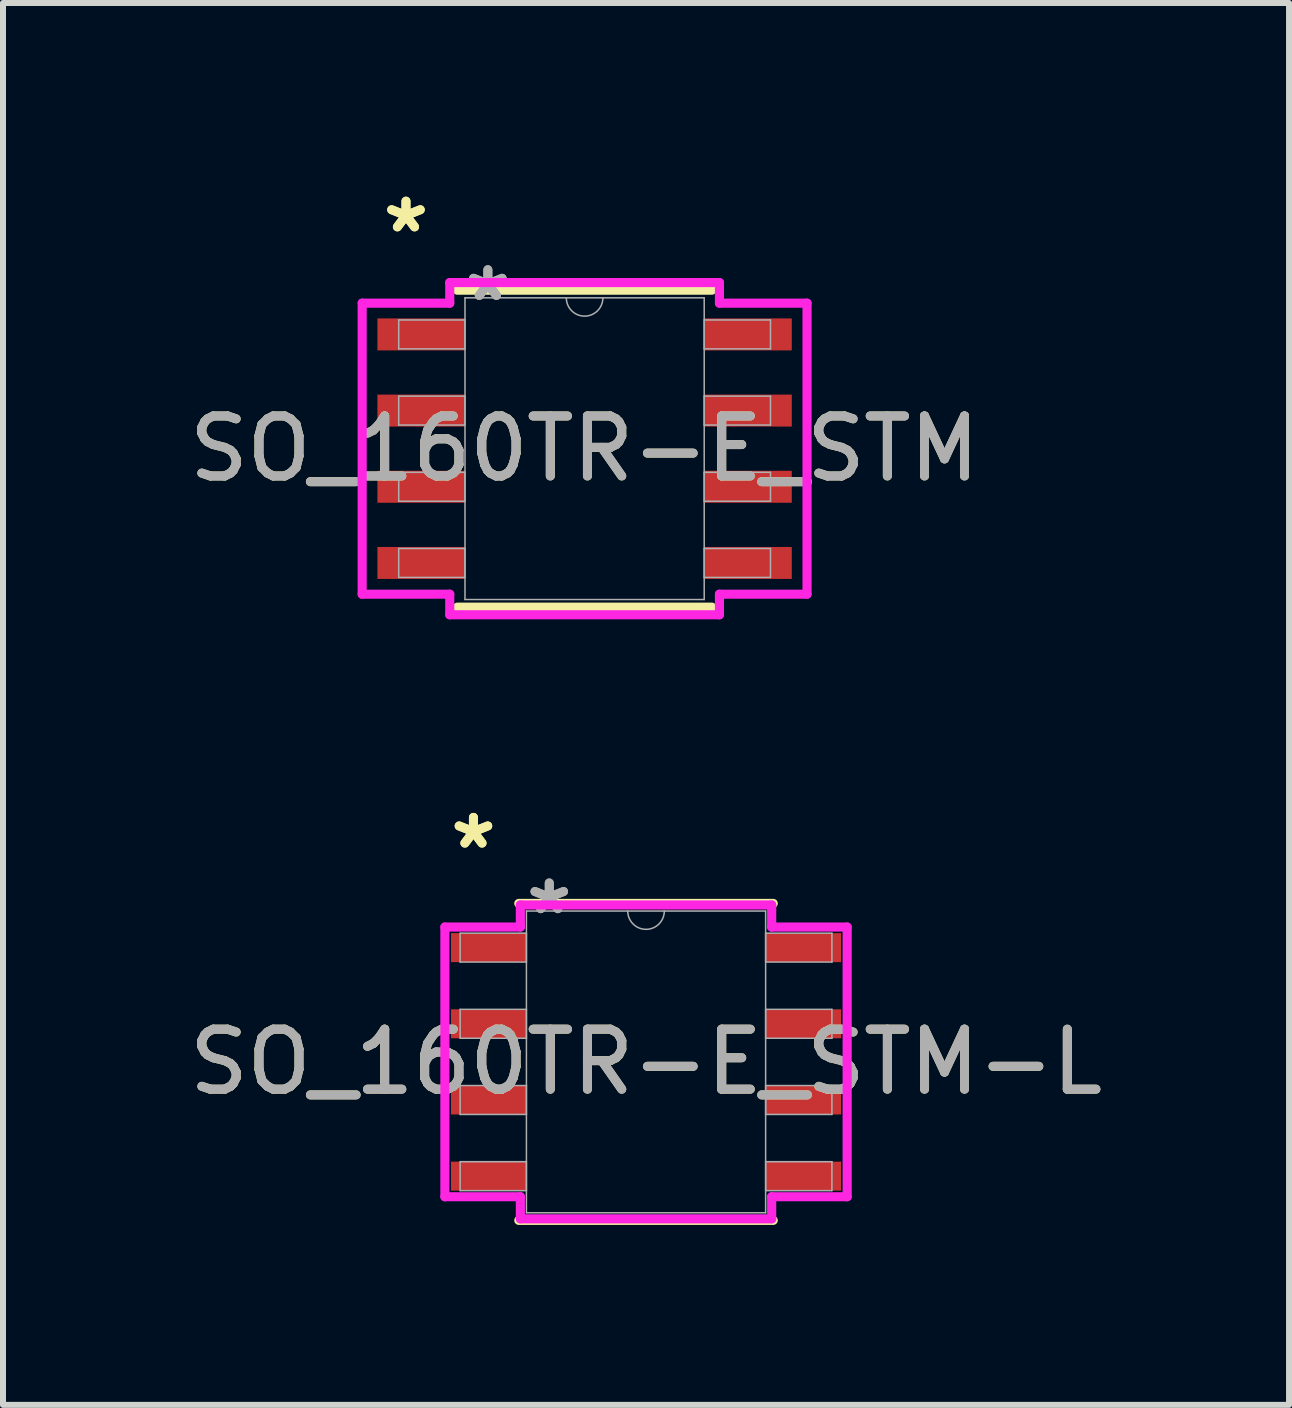
<source format=kicad_pcb>
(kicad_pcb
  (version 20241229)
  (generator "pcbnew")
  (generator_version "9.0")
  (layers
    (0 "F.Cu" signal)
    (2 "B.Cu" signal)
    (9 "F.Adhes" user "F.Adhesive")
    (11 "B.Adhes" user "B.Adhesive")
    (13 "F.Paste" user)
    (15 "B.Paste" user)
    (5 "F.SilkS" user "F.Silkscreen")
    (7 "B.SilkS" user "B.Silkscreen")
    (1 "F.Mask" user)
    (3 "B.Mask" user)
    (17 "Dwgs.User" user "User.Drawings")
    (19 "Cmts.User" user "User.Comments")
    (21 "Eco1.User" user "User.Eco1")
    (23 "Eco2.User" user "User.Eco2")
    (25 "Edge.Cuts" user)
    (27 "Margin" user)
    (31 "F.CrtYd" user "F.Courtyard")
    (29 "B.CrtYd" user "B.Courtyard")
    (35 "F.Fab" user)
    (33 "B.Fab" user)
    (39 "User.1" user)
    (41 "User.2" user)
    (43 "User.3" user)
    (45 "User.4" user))
  (footprint "SO_160TR-E_STM-L"
    (layer "F.Cu")
    (at 7.72 14.653)
    (property "Reference" "SO_160TR-E_STM-L" (at 0 0 0) (unlocked yes) (layer "F.SilkS") (effects (font (size 1 1) (thickness 0.15))))
    (attr smd)
    (fp_line (start -2.121 2.642) (end 2.121 2.642) (stroke (width 0.152) (type solid)) (layer "F.SilkS"))
    (fp_line (start 2.121 -2.642) (end -2.121 -2.642) (stroke (width 0.152) (type solid)) (layer "F.SilkS"))
    (fp_line (start -3.353 -2.248) (end -2.095 -2.248) (stroke (width 0.152) (type solid)) (layer "F.CrtYd"))
    (fp_line (start -3.353 2.248) (end -3.353 -2.248) (stroke (width 0.152) (type solid)) (layer "F.CrtYd"))
    (fp_line (start -3.353 2.248) (end -2.095 2.248) (stroke (width 0.152) (type solid)) (layer "F.CrtYd"))
    (fp_line (start -2.095 -2.616) (end 2.095 -2.616) (stroke (width 0.152) (type solid)) (layer "F.CrtYd"))
    (fp_line (start -2.095 -2.248) (end -2.095 -2.616) (stroke (width 0.152) (type solid)) (layer "F.CrtYd"))
    (fp_line (start -2.095 2.616) (end -2.095 2.248) (stroke (width 0.152) (type solid)) (layer "F.CrtYd"))
    (fp_line (start 2.095 -2.616) (end 2.095 -2.248) (stroke (width 0.152) (type solid)) (layer "F.CrtYd"))
    (fp_line (start 2.095 2.248) (end 2.095 2.616) (stroke (width 0.152) (type solid)) (layer "F.CrtYd"))
    (fp_line (start 2.095 2.616) (end -2.095 2.616) (stroke (width 0.152) (type solid)) (layer "F.CrtYd"))
    (fp_line (start 3.353 -2.248) (end 2.095 -2.248) (stroke (width 0.152) (type solid)) (layer "F.CrtYd"))
    (fp_line (start 3.353 -2.248) (end 3.353 2.248) (stroke (width 0.152) (type solid)) (layer "F.CrtYd"))
    (fp_line (start 3.353 2.248) (end 2.095 2.248) (stroke (width 0.152) (type solid)) (layer "F.CrtYd"))
    (fp_line (start -3.099 -2.146) (end -3.099 -1.664) (stroke (width 0.025) (type solid)) (layer "F.Fab"))
    (fp_line (start -3.099 -1.664) (end -1.994 -1.664) (stroke (width 0.025) (type solid)) (layer "F.Fab"))
    (fp_line (start -3.099 -0.876) (end -3.099 -0.394) (stroke (width 0.025) (type solid)) (layer "F.Fab"))
    (fp_line (start -3.099 -0.394) (end -1.994 -0.394) (stroke (width 0.025) (type solid)) (layer "F.Fab"))
    (fp_line (start -3.099 0.394) (end -3.099 0.876) (stroke (width 0.025) (type solid)) (layer "F.Fab"))
    (fp_line (start -3.099 0.876) (end -1.994 0.876) (stroke (width 0.025) (type solid)) (layer "F.Fab"))
    (fp_line (start -3.099 1.664) (end -3.099 2.146) (stroke (width 0.025) (type solid)) (layer "F.Fab"))
    (fp_line (start -3.099 2.146) (end -1.994 2.146) (stroke (width 0.025) (type solid)) (layer "F.Fab"))
    (fp_line (start -1.994 -2.515) (end -1.994 2.515) (stroke (width 0.025) (type solid)) (layer "F.Fab"))
    (fp_line (start -1.994 -2.146) (end -3.099 -2.146) (stroke (width 0.025) (type solid)) (layer "F.Fab"))
    (fp_line (start -1.994 -1.664) (end -1.994 -2.146) (stroke (width 0.025) (type solid)) (layer "F.Fab"))
    (fp_line (start -1.994 -0.876) (end -3.099 -0.876) (stroke (width 0.025) (type solid)) (layer "F.Fab"))
    (fp_line (start -1.994 -0.394) (end -1.994 -0.876) (stroke (width 0.025) (type solid)) (layer "F.Fab"))
    (fp_line (start -1.994 0.394) (end -3.099 0.394) (stroke (width 0.025) (type solid)) (layer "F.Fab"))
    (fp_line (start -1.994 0.876) (end -1.994 0.394) (stroke (width 0.025) (type solid)) (layer "F.Fab"))
    (fp_line (start -1.994 1.664) (end -3.099 1.664) (stroke (width 0.025) (type solid)) (layer "F.Fab"))
    (fp_line (start -1.994 2.146) (end -1.994 1.664) (stroke (width 0.025) (type solid)) (layer "F.Fab"))
    (fp_line (start -1.994 2.515) (end 1.994 2.515) (stroke (width 0.025) (type solid)) (layer "F.Fab"))
    (fp_line (start 1.994 -2.515) (end -1.994 -2.515) (stroke (width 0.025) (type solid)) (layer "F.Fab"))
    (fp_line (start 1.994 -2.146) (end 1.994 -1.664) (stroke (width 0.025) (type solid)) (layer "F.Fab"))
    (fp_line (start 1.994 -1.664) (end 3.099 -1.664) (stroke (width 0.025) (type solid)) (layer "F.Fab"))
    (fp_line (start 1.994 -0.876) (end 1.994 -0.394) (stroke (width 0.025) (type solid)) (layer "F.Fab"))
    (fp_line (start 1.994 -0.394) (end 3.099 -0.394) (stroke (width 0.025) (type solid)) (layer "F.Fab"))
    (fp_line (start 1.994 0.394) (end 1.994 0.876) (stroke (width 0.025) (type solid)) (layer "F.Fab"))
    (fp_line (start 1.994 0.876) (end 3.099 0.876) (stroke (width 0.025) (type solid)) (layer "F.Fab"))
    (fp_line (start 1.994 1.664) (end 1.994 2.146) (stroke (width 0.025) (type solid)) (layer "F.Fab"))
    (fp_line (start 1.994 2.146) (end 3.099 2.146) (stroke (width 0.025) (type solid)) (layer "F.Fab"))
    (fp_line (start 1.994 2.515) (end 1.994 -2.515) (stroke (width 0.025) (type solid)) (layer "F.Fab"))
    (fp_line (start 3.099 -2.146) (end 1.994 -2.146) (stroke (width 0.025) (type solid)) (layer "F.Fab"))
    (fp_line (start 3.099 -1.664) (end 3.099 -2.146) (stroke (width 0.025) (type solid)) (layer "F.Fab"))
    (fp_line (start 3.099 -0.876) (end 1.994 -0.876) (stroke (width 0.025) (type solid)) (layer "F.Fab"))
    (fp_line (start 3.099 -0.394) (end 3.099 -0.876) (stroke (width 0.025) (type solid)) (layer "F.Fab"))
    (fp_line (start 3.099 0.394) (end 1.994 0.394) (stroke (width 0.025) (type solid)) (layer "F.Fab"))
    (fp_line (start 3.099 0.876) (end 3.099 0.394) (stroke (width 0.025) (type solid)) (layer "F.Fab"))
    (fp_line (start 3.099 1.664) (end 1.994 1.664) (stroke (width 0.025) (type solid)) (layer "F.Fab"))
    (fp_line (start 3.099 2.146) (end 3.099 1.664) (stroke (width 0.025) (type solid)) (layer "F.Fab"))
    (fp_arc (start 0.3048 -2.5146) (mid 0 -2.2098) (end -0.3048 -2.5146) (stroke (width 0.0254) (type solid)) (layer "F.Fab"))
    (fp_text user "*" (at -2.877 -3.531 0) (unlocked yes) (layer "F.SilkS") (effects (font (size 1 1) (thickness 0.15))))
    (fp_text user "*" (at -2.877 -3.531 0) (layer "F.SilkS") (effects (font (size 1 1) (thickness 0.15))))
    (fp_text user "${REFERENCE}" (at 0 0 0) (unlocked yes) (layer "F.Fab") (effects (font (size 1 1) (thickness 0.15))))
    (fp_text user "*" (at -1.613 -2.438 0) (unlocked yes) (layer "F.Fab") (effects (font (size 1 1) (thickness 0.15))))
    (fp_text user "*" (at -1.613 -2.438 0) (layer "F.Fab") (effects (font (size 1 1) (thickness 0.15))))
    (pad "1" smd rect (at -2.623 -1.905) (size 1.257 0.483) (layers "F.Cu" "F.Mask" "F.Paste"))
    (pad "2" smd rect (at -2.623 -0.635) (size 1.257 0.483) (layers "F.Cu" "F.Mask" "F.Paste"))
    (pad "3" smd rect (at -2.623 0.635) (size 1.257 0.483) (layers "F.Cu" "F.Mask" "F.Paste"))
    (pad "4" smd rect (at -2.623 1.905) (size 1.257 0.483) (layers "F.Cu" "F.Mask" "F.Paste"))
    (pad "5" smd rect (at 2.623 1.905) (size 1.257 0.483) (layers "F.Cu" "F.Mask" "F.Paste"))
    (pad "6" smd rect (at 2.623 0.635) (size 1.257 0.483) (layers "F.Cu" "F.Mask" "F.Paste"))
    (pad "7" smd rect (at 2.623 -0.635) (size 1.257 0.483) (layers "F.Cu" "F.Mask" "F.Paste"))
    (pad "8" smd rect (at 2.623 -1.905) (size 1.257 0.483) (layers "F.Cu" "F.Mask" "F.Paste")))
  (footprint "SO_160TR-E_STM"
    (layer "F.Cu")
    (at 6.696 4.43)
    (property "Reference" "SO_160TR-E_STM" (at 0 0 0) (unlocked yes) (layer "F.SilkS") (effects (font (size 1 1) (thickness 0.15))))
    (attr smd)
    (fp_line (start -2.121 2.642) (end 2.121 2.642) (stroke (width 0.152) (type solid)) (layer "F.SilkS"))
    (fp_line (start 2.121 -2.642) (end -2.121 -2.642) (stroke (width 0.152) (type solid)) (layer "F.SilkS"))
    (fp_line (start -3.708 -2.426) (end -2.248 -2.426) (stroke (width 0.152) (type solid)) (layer "F.CrtYd"))
    (fp_line (start -3.708 2.426) (end -3.708 -2.426) (stroke (width 0.152) (type solid)) (layer "F.CrtYd"))
    (fp_line (start -3.708 2.426) (end -2.248 2.426) (stroke (width 0.152) (type solid)) (layer "F.CrtYd"))
    (fp_line (start -2.248 -2.769) (end 2.248 -2.769) (stroke (width 0.152) (type solid)) (layer "F.CrtYd"))
    (fp_line (start -2.248 -2.426) (end -2.248 -2.769) (stroke (width 0.152) (type solid)) (layer "F.CrtYd"))
    (fp_line (start -2.248 2.769) (end -2.248 2.426) (stroke (width 0.152) (type solid)) (layer "F.CrtYd"))
    (fp_line (start 2.248 -2.769) (end 2.248 -2.426) (stroke (width 0.152) (type solid)) (layer "F.CrtYd"))
    (fp_line (start 2.248 2.426) (end 2.248 2.769) (stroke (width 0.152) (type solid)) (layer "F.CrtYd"))
    (fp_line (start 2.248 2.769) (end -2.248 2.769) (stroke (width 0.152) (type solid)) (layer "F.CrtYd"))
    (fp_line (start 3.708 -2.426) (end 2.248 -2.426) (stroke (width 0.152) (type solid)) (layer "F.CrtYd"))
    (fp_line (start 3.708 -2.426) (end 3.708 2.426) (stroke (width 0.152) (type solid)) (layer "F.CrtYd"))
    (fp_line (start 3.708 2.426) (end 2.248 2.426) (stroke (width 0.152) (type solid)) (layer "F.CrtYd"))
    (fp_line (start -3.099 -2.146) (end -3.099 -1.664) (stroke (width 0.025) (type solid)) (layer "F.Fab"))
    (fp_line (start -3.099 -1.664) (end -1.994 -1.664) (stroke (width 0.025) (type solid)) (layer "F.Fab"))
    (fp_line (start -3.099 -0.876) (end -3.099 -0.394) (stroke (width 0.025) (type solid)) (layer "F.Fab"))
    (fp_line (start -3.099 -0.394) (end -1.994 -0.394) (stroke (width 0.025) (type solid)) (layer "F.Fab"))
    (fp_line (start -3.099 0.394) (end -3.099 0.876) (stroke (width 0.025) (type solid)) (layer "F.Fab"))
    (fp_line (start -3.099 0.876) (end -1.994 0.876) (stroke (width 0.025) (type solid)) (layer "F.Fab"))
    (fp_line (start -3.099 1.664) (end -3.099 2.146) (stroke (width 0.025) (type solid)) (layer "F.Fab"))
    (fp_line (start -3.099 2.146) (end -1.994 2.146) (stroke (width 0.025) (type solid)) (layer "F.Fab"))
    (fp_line (start -1.994 -2.515) (end -1.994 2.515) (stroke (width 0.025) (type solid)) (layer "F.Fab"))
    (fp_line (start -1.994 -2.146) (end -3.099 -2.146) (stroke (width 0.025) (type solid)) (layer "F.Fab"))
    (fp_line (start -1.994 -1.664) (end -1.994 -2.146) (stroke (width 0.025) (type solid)) (layer "F.Fab"))
    (fp_line (start -1.994 -0.876) (end -3.099 -0.876) (stroke (width 0.025) (type solid)) (layer "F.Fab"))
    (fp_line (start -1.994 -0.394) (end -1.994 -0.876) (stroke (width 0.025) (type solid)) (layer "F.Fab"))
    (fp_line (start -1.994 0.394) (end -3.099 0.394) (stroke (width 0.025) (type solid)) (layer "F.Fab"))
    (fp_line (start -1.994 0.876) (end -1.994 0.394) (stroke (width 0.025) (type solid)) (layer "F.Fab"))
    (fp_line (start -1.994 1.664) (end -3.099 1.664) (stroke (width 0.025) (type solid)) (layer "F.Fab"))
    (fp_line (start -1.994 2.146) (end -1.994 1.664) (stroke (width 0.025) (type solid)) (layer "F.Fab"))
    (fp_line (start -1.994 2.515) (end 1.994 2.515) (stroke (width 0.025) (type solid)) (layer "F.Fab"))
    (fp_line (start 1.994 -2.515) (end -1.994 -2.515) (stroke (width 0.025) (type solid)) (layer "F.Fab"))
    (fp_line (start 1.994 -2.146) (end 1.994 -1.664) (stroke (width 0.025) (type solid)) (layer "F.Fab"))
    (fp_line (start 1.994 -1.664) (end 3.099 -1.664) (stroke (width 0.025) (type solid)) (layer "F.Fab"))
    (fp_line (start 1.994 -0.876) (end 1.994 -0.394) (stroke (width 0.025) (type solid)) (layer "F.Fab"))
    (fp_line (start 1.994 -0.394) (end 3.099 -0.394) (stroke (width 0.025) (type solid)) (layer "F.Fab"))
    (fp_line (start 1.994 0.394) (end 1.994 0.876) (stroke (width 0.025) (type solid)) (layer "F.Fab"))
    (fp_line (start 1.994 0.876) (end 3.099 0.876) (stroke (width 0.025) (type solid)) (layer "F.Fab"))
    (fp_line (start 1.994 1.664) (end 1.994 2.146) (stroke (width 0.025) (type solid)) (layer "F.Fab"))
    (fp_line (start 1.994 2.146) (end 3.099 2.146) (stroke (width 0.025) (type solid)) (layer "F.Fab"))
    (fp_line (start 1.994 2.515) (end 1.994 -2.515) (stroke (width 0.025) (type solid)) (layer "F.Fab"))
    (fp_line (start 3.099 -2.146) (end 1.994 -2.146) (stroke (width 0.025) (type solid)) (layer "F.Fab"))
    (fp_line (start 3.099 -1.664) (end 3.099 -2.146) (stroke (width 0.025) (type solid)) (layer "F.Fab"))
    (fp_line (start 3.099 -0.876) (end 1.994 -0.876) (stroke (width 0.025) (type solid)) (layer "F.Fab"))
    (fp_line (start 3.099 -0.394) (end 3.099 -0.876) (stroke (width 0.025) (type solid)) (layer "F.Fab"))
    (fp_line (start 3.099 0.394) (end 1.994 0.394) (stroke (width 0.025) (type solid)) (layer "F.Fab"))
    (fp_line (start 3.099 0.876) (end 3.099 0.394) (stroke (width 0.025) (type solid)) (layer "F.Fab"))
    (fp_line (start 3.099 1.664) (end 1.994 1.664) (stroke (width 0.025) (type solid)) (layer "F.Fab"))
    (fp_line (start 3.099 2.146) (end 3.099 1.664) (stroke (width 0.025) (type solid)) (layer "F.Fab"))
    (fp_arc (start 0.3048 -2.5146) (mid 0 -2.2098) (end -0.3048 -2.5146) (stroke (width 0.0254) (type solid)) (layer "F.Fab"))
    (fp_text user "*" (at -2.978 -3.581 0) (unlocked yes) (layer "F.SilkS") (effects (font (size 1 1) (thickness 0.15))))
    (fp_text user "*" (at -2.978 -3.581 0) (layer "F.SilkS") (effects (font (size 1 1) (thickness 0.15))))
    (fp_text user "*" (at -1.613 -2.438 0) (unlocked yes) (layer "F.Fab") (effects (font (size 1 1) (thickness 0.15))))
    (fp_text user "*" (at -1.613 -2.438 0) (layer "F.Fab") (effects (font (size 1 1) (thickness 0.15))))
    (fp_text user "${REFERENCE}" (at 0 0 0) (unlocked yes) (layer "F.Fab") (effects (font (size 1 1) (thickness 0.15))))
    (pad "1" smd rect (at -2.724 -1.905) (size 1.46 0.533) (layers "F.Cu" "F.Mask" "F.Paste"))
    (pad "2" smd rect (at -2.724 -0.635) (size 1.46 0.533) (layers "F.Cu" "F.Mask" "F.Paste"))
    (pad "3" smd rect (at -2.724 0.635) (size 1.46 0.533) (layers "F.Cu" "F.Mask" "F.Paste"))
    (pad "4" smd rect (at -2.724 1.905) (size 1.46 0.533) (layers "F.Cu" "F.Mask" "F.Paste"))
    (pad "5" smd rect (at 2.724 1.905) (size 1.46 0.533) (layers "F.Cu" "F.Mask" "F.Paste"))
    (pad "6" smd rect (at 2.724 0.635) (size 1.46 0.533) (layers "F.Cu" "F.Mask" "F.Paste"))
    (pad "7" smd rect (at 2.724 -0.635) (size 1.46 0.533) (layers "F.Cu" "F.Mask" "F.Paste"))
    (pad "8" smd rect (at 2.724 -1.905) (size 1.46 0.533) (layers "F.Cu" "F.Mask" "F.Paste")))
  (gr_rect
    (start -3 -3)
    (end 18.44 20.371)
    (stroke (width 0.1) (type default))
    (fill no)
    (layer "Edge.Cuts")))
</source>
